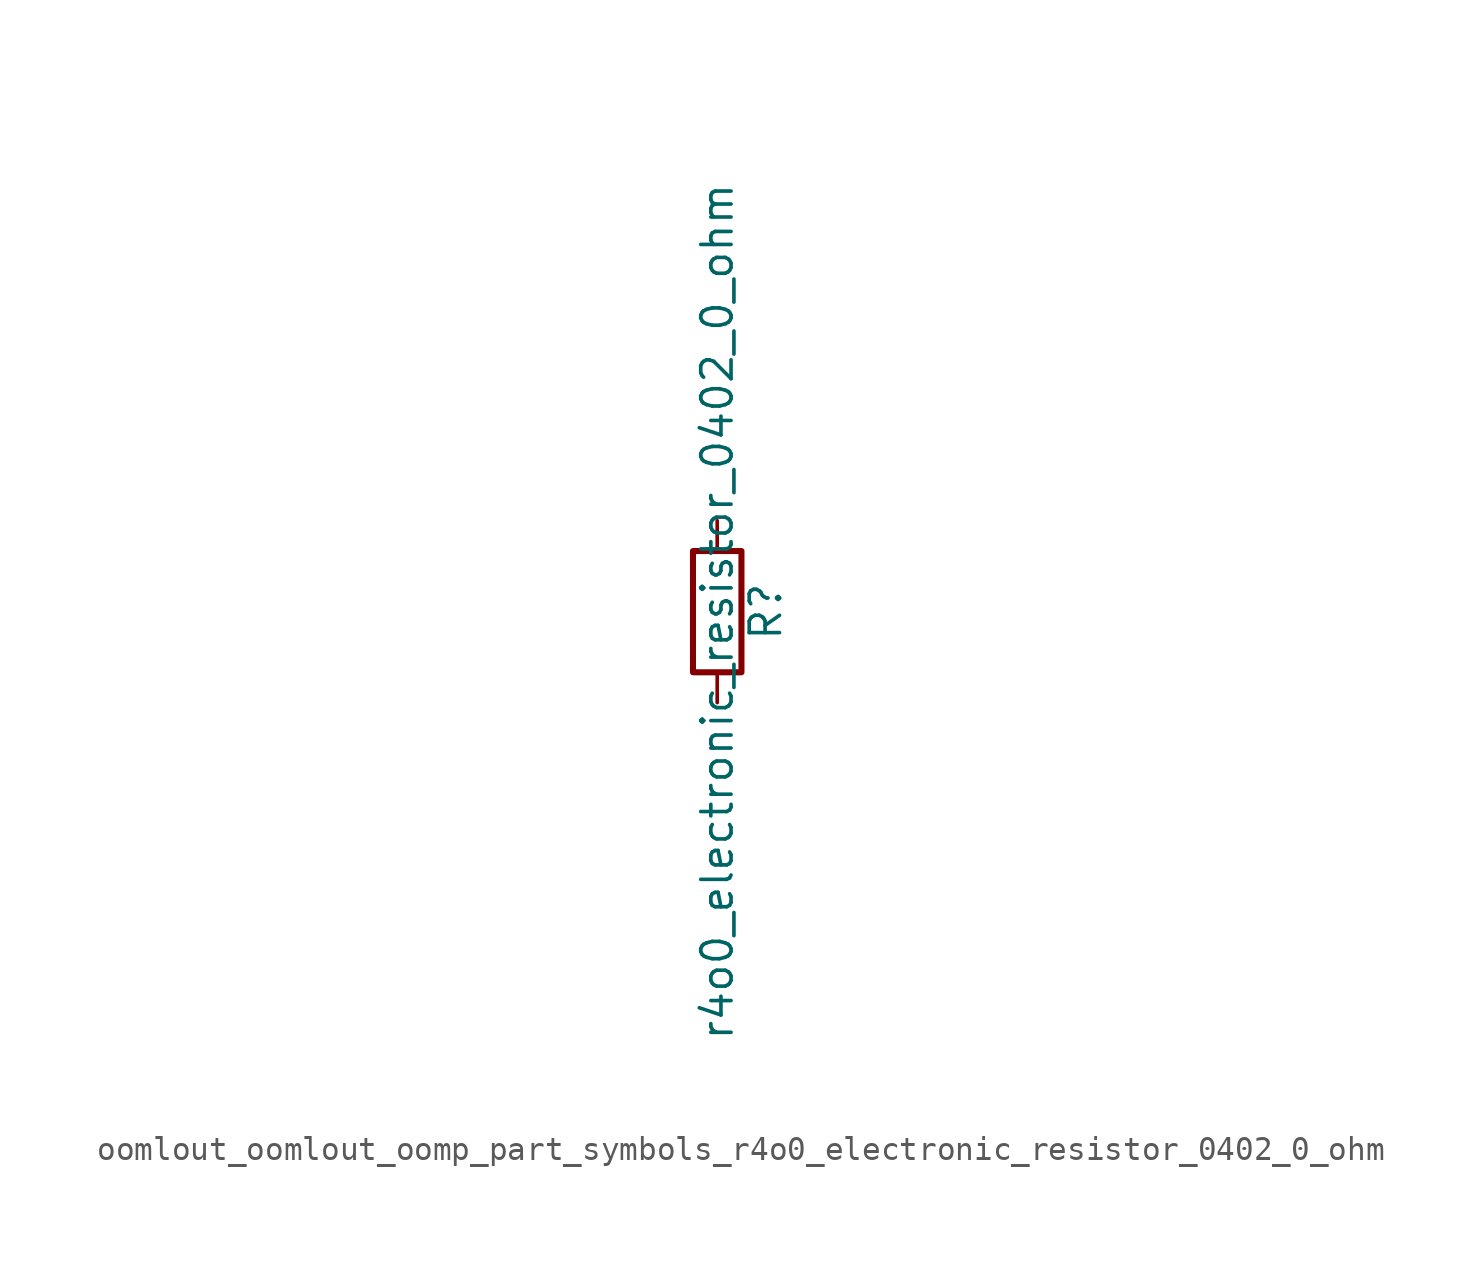
<source format=kicad_sym>
(kicad_symbol_lib
  (version 20220914)
  (generator kicad_symbol_editor)
  (symbol "oomlout_oomlout_oomp_part_symbols_r4o0_electronic_resistor_0402_0_ohm"
    (pin_numbers hide)
    (pin_names
      (offset 0))
    (property "Reference" "R"
      (at 2.032 0 90)
      (effects (font (size 1.27 1.27))))
    (property "Value" "r4o0_electronic_resistor_0402_0_ohm"
      (at 0 0 90)
      (effects (font (size 1.27 1.27))))
    (symbol "oomlout_oomlout_oomp_part_symbols_r4o0_electronic_resistor_0402_0_ohm_0_1"
      (rectangle (start -1.016 -2.54) (end 1.016 2.54) (stroke (width 0.254) (type default)) (fill (type none))))
    (symbol "oomlout_oomlout_oomp_part_symbols_r4o0_electronic_resistor_0402_0_ohm_1_1"
      (pin passive line (at 0 3.81 270) (length 1.27) (name "~" (effects (font (size 1.27 1.27)))) (number "1" (effects (font (size 1.27 1.27)))))
      (pin passive line (at 0 -3.81 90) (length 1.27) (name "~" (effects (font (size 1.27 1.27)))) (number "2" (effects (font (size 1.27 1.27))))))))
</source>
